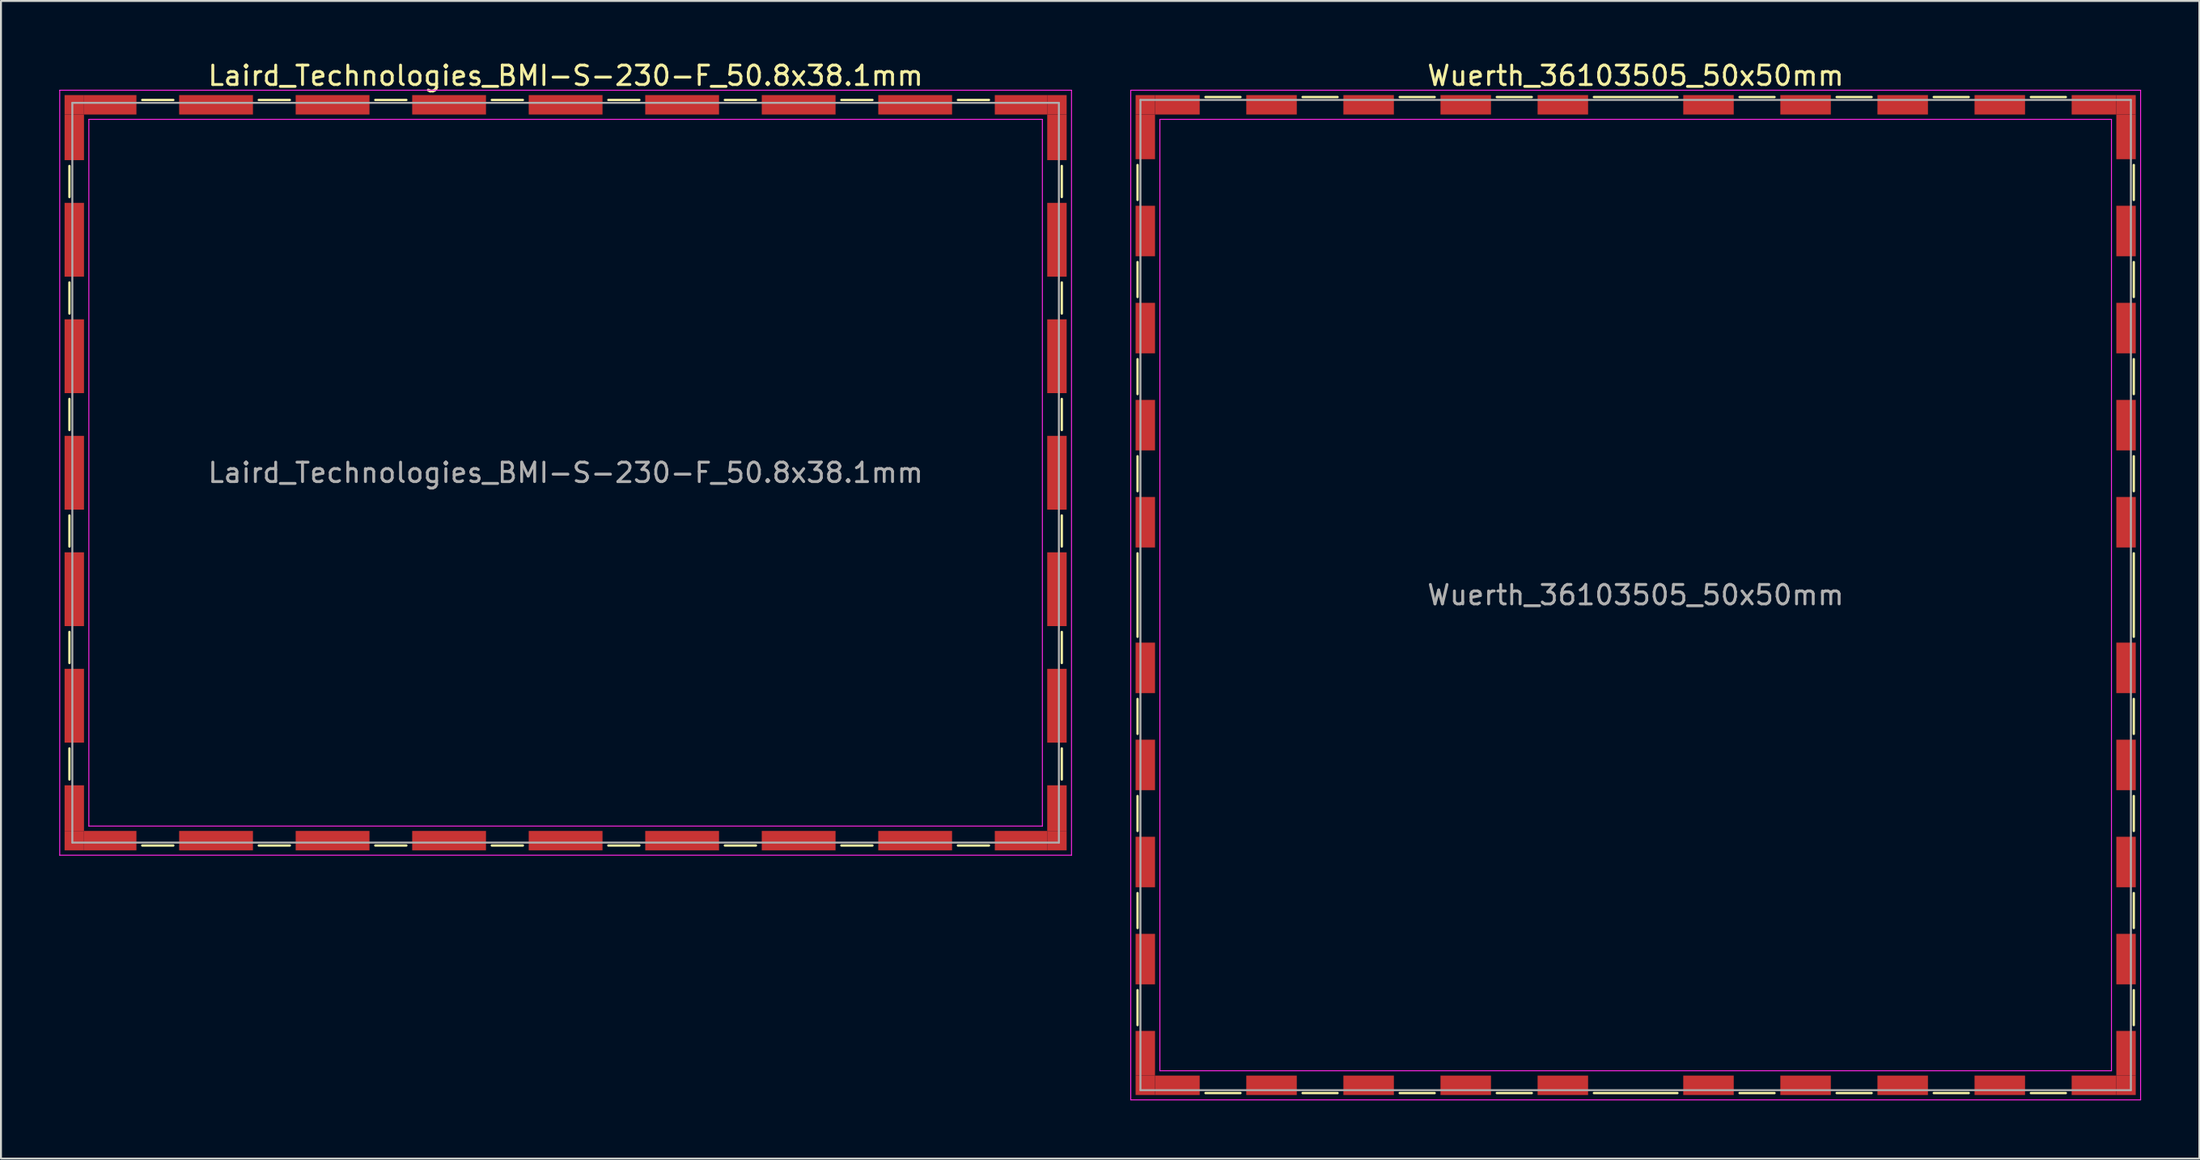
<source format=kicad_pcb>
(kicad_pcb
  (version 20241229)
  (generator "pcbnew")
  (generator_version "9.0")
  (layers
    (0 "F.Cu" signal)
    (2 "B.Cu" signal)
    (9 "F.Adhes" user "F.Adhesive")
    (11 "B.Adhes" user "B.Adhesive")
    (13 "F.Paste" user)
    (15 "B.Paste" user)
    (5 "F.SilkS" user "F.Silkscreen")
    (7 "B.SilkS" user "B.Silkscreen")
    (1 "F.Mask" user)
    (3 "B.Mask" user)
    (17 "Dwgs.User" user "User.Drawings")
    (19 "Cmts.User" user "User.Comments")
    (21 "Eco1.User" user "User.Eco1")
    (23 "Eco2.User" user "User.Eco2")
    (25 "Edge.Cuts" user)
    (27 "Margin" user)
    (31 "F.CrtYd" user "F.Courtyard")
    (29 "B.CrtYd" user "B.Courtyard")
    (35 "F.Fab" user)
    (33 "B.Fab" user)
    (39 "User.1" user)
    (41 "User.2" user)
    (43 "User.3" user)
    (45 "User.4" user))
  (footprint "Laird_Technologies_BMI-S-230-F_50.8x38.1mm"
    (layer "F.Cu")
    (at 26.075 21.298)
    (property "Reference" "Laird_Technologies_BMI-S-230-F_50.8x38.1mm" (at 0 -20.45 0) (layer "F.SilkS") (effects (font (size 1 1) (thickness 0.15))))
    (attr smd)
    (fp_line (start -25.55 -15.8) (end -25.55 -14.2) (stroke (width 0.12) (type solid)) (layer "F.SilkS"))
    (fp_line (start -25.55 -9.8) (end -25.55 -8.2) (stroke (width 0.12) (type solid)) (layer "F.SilkS"))
    (fp_line (start -25.55 -3.8) (end -25.55 -2.2) (stroke (width 0.12) (type solid)) (layer "F.SilkS"))
    (fp_line (start -25.55 2.2) (end -25.55 3.8) (stroke (width 0.12) (type solid)) (layer "F.SilkS"))
    (fp_line (start -25.55 8.2) (end -25.55 9.8) (stroke (width 0.12) (type solid)) (layer "F.SilkS"))
    (fp_line (start -25.55 14.2) (end -25.55 15.8) (stroke (width 0.12) (type solid)) (layer "F.SilkS"))
    (fp_line (start -21.8 -19.2) (end -20.2 -19.2) (stroke (width 0.12) (type solid)) (layer "F.SilkS"))
    (fp_line (start -21.8 19.2) (end -20.2 19.2) (stroke (width 0.12) (type solid)) (layer "F.SilkS"))
    (fp_line (start -15.8 -19.2) (end -14.2 -19.2) (stroke (width 0.12) (type solid)) (layer "F.SilkS"))
    (fp_line (start -15.8 19.2) (end -14.2 19.2) (stroke (width 0.12) (type solid)) (layer "F.SilkS"))
    (fp_line (start -9.8 -19.2) (end -8.2 -19.2) (stroke (width 0.12) (type solid)) (layer "F.SilkS"))
    (fp_line (start -9.8 19.2) (end -8.2 19.2) (stroke (width 0.12) (type solid)) (layer "F.SilkS"))
    (fp_line (start -3.8 -19.2) (end -2.2 -19.2) (stroke (width 0.12) (type solid)) (layer "F.SilkS"))
    (fp_line (start -3.8 19.2) (end -2.2 19.2) (stroke (width 0.12) (type solid)) (layer "F.SilkS"))
    (fp_line (start 2.2 -19.2) (end 3.8 -19.2) (stroke (width 0.12) (type solid)) (layer "F.SilkS"))
    (fp_line (start 2.2 19.2) (end 3.8 19.2) (stroke (width 0.12) (type solid)) (layer "F.SilkS"))
    (fp_line (start 8.2 -19.2) (end 9.8 -19.2) (stroke (width 0.12) (type solid)) (layer "F.SilkS"))
    (fp_line (start 8.2 19.2) (end 9.8 19.2) (stroke (width 0.12) (type solid)) (layer "F.SilkS"))
    (fp_line (start 14.2 -19.2) (end 15.8 -19.2) (stroke (width 0.12) (type solid)) (layer "F.SilkS"))
    (fp_line (start 14.2 19.2) (end 15.8 19.2) (stroke (width 0.12) (type solid)) (layer "F.SilkS"))
    (fp_line (start 20.2 -19.2) (end 21.8 -19.2) (stroke (width 0.12) (type solid)) (layer "F.SilkS"))
    (fp_line (start 20.2 19.2) (end 21.8 19.2) (stroke (width 0.12) (type solid)) (layer "F.SilkS"))
    (fp_line (start 25.55 -15.8) (end 25.55 -14.2) (stroke (width 0.12) (type solid)) (layer "F.SilkS"))
    (fp_line (start 25.55 -9.8) (end 25.55 -8.2) (stroke (width 0.12) (type solid)) (layer "F.SilkS"))
    (fp_line (start 25.55 -3.8) (end 25.55 -2.2) (stroke (width 0.12) (type solid)) (layer "F.SilkS"))
    (fp_line (start 25.55 2.2) (end 25.55 3.8) (stroke (width 0.12) (type solid)) (layer "F.SilkS"))
    (fp_line (start 25.55 8.2) (end 25.55 9.8) (stroke (width 0.12) (type solid)) (layer "F.SilkS"))
    (fp_line (start 25.55 14.2) (end 25.55 15.8) (stroke (width 0.12) (type solid)) (layer "F.SilkS"))
    (fp_line (start -26.05 -19.7) (end -26.05 19.7) (stroke (width 0.05) (type solid)) (layer "F.CrtYd"))
    (fp_line (start -26.05 19.7) (end 26.05 19.7) (stroke (width 0.05) (type solid)) (layer "F.CrtYd"))
    (fp_line (start -24.55 -18.2) (end -24.55 18.2) (stroke (width 0.05) (type solid)) (layer "F.CrtYd"))
    (fp_line (start -24.55 18.2) (end 24.55 18.2) (stroke (width 0.05) (type solid)) (layer "F.CrtYd"))
    (fp_line (start 24.55 -18.2) (end -24.55 -18.2) (stroke (width 0.05) (type solid)) (layer "F.CrtYd"))
    (fp_line (start 24.55 18.2) (end 24.55 -18.2) (stroke (width 0.05) (type solid)) (layer "F.CrtYd"))
    (fp_line (start 26.05 -19.7) (end -26.05 -19.7) (stroke (width 0.05) (type solid)) (layer "F.CrtYd"))
    (fp_line (start 26.05 19.7) (end 26.05 -19.7) (stroke (width 0.05) (type solid)) (layer "F.CrtYd"))
    (fp_line (start -25.4 -19.05) (end -25.4 19.05) (stroke (width 0.1) (type solid)) (layer "F.Fab"))
    (fp_line (start -25.4 19.05) (end 25.4 19.05) (stroke (width 0.1) (type solid)) (layer "F.Fab"))
    (fp_line (start 25.4 -19.05) (end -25.4 -19.05) (stroke (width 0.1) (type solid)) (layer "F.Fab"))
    (fp_line (start 25.4 19.05) (end 25.4 -19.05) (stroke (width 0.1) (type solid)) (layer "F.Fab"))
    (fp_text user "${REFERENCE}" (at 0 0 0) (layer "F.Fab") (effects (font (size 1 1) (thickness 0.15))))
    (pad "1" smd rect (at -25.3 -18.95) (size 1 1) (layers "F.Cu" "F.Mask" "F.Paste"))
    (pad "1" smd rect (at -25.3 -17.275) (size 1 2.35) (layers "F.Cu" "F.Mask" "F.Paste"))
    (pad "1" smd rect (at -25.3 -12) (size 1 3.8) (layers "F.Cu" "F.Mask" "F.Paste"))
    (pad "1" smd rect (at -25.3 -6) (size 1 3.8) (layers "F.Cu" "F.Mask" "F.Paste"))
    (pad "1" smd rect (at -25.3 0) (size 1 3.8) (layers "F.Cu" "F.Mask" "F.Paste"))
    (pad "1" smd rect (at -25.3 6) (size 1 3.8) (layers "F.Cu" "F.Mask" "F.Paste"))
    (pad "1" smd rect (at -25.3 12) (size 1 3.8) (layers "F.Cu" "F.Mask" "F.Paste"))
    (pad "1" smd rect (at -25.3 17.275) (size 1 2.35) (layers "F.Cu" "F.Mask" "F.Paste"))
    (pad "1" smd rect (at -25.3 18.95) (size 1 1) (layers "F.Cu" "F.Mask" "F.Paste"))
    (pad "1" smd rect (at -23.45 -18.95) (size 2.7 1) (layers "F.Cu" "F.Mask" "F.Paste"))
    (pad "1" smd rect (at -23.45 18.95) (size 2.7 1) (layers "F.Cu" "F.Mask" "F.Paste"))
    (pad "1" smd rect (at -18 -18.95) (size 3.8 1) (layers "F.Cu" "F.Mask" "F.Paste"))
    (pad "1" smd rect (at -18 18.95) (size 3.8 1) (layers "F.Cu" "F.Mask" "F.Paste"))
    (pad "1" smd rect (at -12 -18.95) (size 3.8 1) (layers "F.Cu" "F.Mask" "F.Paste"))
    (pad "1" smd rect (at -12 18.95) (size 3.8 1) (layers "F.Cu" "F.Mask" "F.Paste"))
    (pad "1" smd rect (at -6 -18.95) (size 3.8 1) (layers "F.Cu" "F.Mask" "F.Paste"))
    (pad "1" smd rect (at -6 18.95) (size 3.8 1) (layers "F.Cu" "F.Mask" "F.Paste"))
    (pad "1" smd rect (at 0 -18.95) (size 3.8 1) (layers "F.Cu" "F.Mask" "F.Paste"))
    (pad "1" smd rect (at 0 18.95) (size 3.8 1) (layers "F.Cu" "F.Mask" "F.Paste"))
    (pad "1" smd rect (at 6 -18.95) (size 3.8 1) (layers "F.Cu" "F.Mask" "F.Paste"))
    (pad "1" smd rect (at 6 18.95) (size 3.8 1) (layers "F.Cu" "F.Mask" "F.Paste"))
    (pad "1" smd rect (at 12 -18.95) (size 3.8 1) (layers "F.Cu" "F.Mask" "F.Paste"))
    (pad "1" smd rect (at 12 18.95) (size 3.8 1) (layers "F.Cu" "F.Mask" "F.Paste"))
    (pad "1" smd rect (at 18 -18.95) (size 3.8 1) (layers "F.Cu" "F.Mask" "F.Paste"))
    (pad "1" smd rect (at 18 18.95) (size 3.8 1) (layers "F.Cu" "F.Mask" "F.Paste"))
    (pad "1" smd rect (at 23.45 -18.95) (size 2.7 1) (layers "F.Cu" "F.Mask" "F.Paste"))
    (pad "1" smd rect (at 23.45 18.95) (size 2.7 1) (layers "F.Cu" "F.Mask" "F.Paste"))
    (pad "1" smd rect (at 25.3 -18.95) (size 1 1) (layers "F.Cu" "F.Mask" "F.Paste"))
    (pad "1" smd rect (at 25.3 -17.275) (size 1 2.35) (layers "F.Cu" "F.Mask" "F.Paste"))
    (pad "1" smd rect (at 25.3 -12) (size 1 3.8) (layers "F.Cu" "F.Mask" "F.Paste"))
    (pad "1" smd rect (at 25.3 -6) (size 1 3.8) (layers "F.Cu" "F.Mask" "F.Paste"))
    (pad "1" smd rect (at 25.3 0) (size 1 3.8) (layers "F.Cu" "F.Mask" "F.Paste"))
    (pad "1" smd rect (at 25.3 6) (size 1 3.8) (layers "F.Cu" "F.Mask" "F.Paste"))
    (pad "1" smd rect (at 25.3 12) (size 1 3.8) (layers "F.Cu" "F.Mask" "F.Paste"))
    (pad "1" smd rect (at 25.3 17.275) (size 1 2.35) (layers "F.Cu" "F.Mask" "F.Paste"))
    (pad "1" smd rect (at 25.3 18.95) (size 1 1) (layers "F.Cu" "F.Mask" "F.Paste")))
  (footprint "Wuerth_36103505_50x50mm"
    (layer "F.Cu")
    (at 81.175 27.598)
    (property "Reference" "Wuerth_36103505_50x50mm" (at 0 -26.75 0) (layer "F.SilkS") (effects (font (size 1 1) (thickness 0.15))))
    (attr smd)
    (fp_line (start -25.65 -22.15) (end -25.65 -20.35) (stroke (width 0.12) (type solid)) (layer "F.SilkS"))
    (fp_line (start -25.65 -17.15) (end -25.65 -15.35) (stroke (width 0.12) (type solid)) (layer "F.SilkS"))
    (fp_line (start -25.65 -12.15) (end -25.65 -10.35) (stroke (width 0.12) (type solid)) (layer "F.SilkS"))
    (fp_line (start -25.65 -7.15) (end -25.65 -5.35) (stroke (width 0.12) (type solid)) (layer "F.SilkS"))
    (fp_line (start -25.65 -2.15) (end -25.65 2.15) (stroke (width 0.12) (type solid)) (layer "F.SilkS"))
    (fp_line (start -25.65 5.35) (end -25.65 7.15) (stroke (width 0.12) (type solid)) (layer "F.SilkS"))
    (fp_line (start -25.65 10.35) (end -25.65 12.15) (stroke (width 0.12) (type solid)) (layer "F.SilkS"))
    (fp_line (start -25.65 15.35) (end -25.65 17.15) (stroke (width 0.12) (type solid)) (layer "F.SilkS"))
    (fp_line (start -25.65 20.35) (end -25.65 22.15) (stroke (width 0.12) (type solid)) (layer "F.SilkS"))
    (fp_line (start -22.15 -25.65) (end -20.35 -25.65) (stroke (width 0.12) (type solid)) (layer "F.SilkS"))
    (fp_line (start -22.15 25.65) (end -20.35 25.65) (stroke (width 0.12) (type solid)) (layer "F.SilkS"))
    (fp_line (start -17.15 -25.65) (end -15.35 -25.65) (stroke (width 0.12) (type solid)) (layer "F.SilkS"))
    (fp_line (start -17.15 25.65) (end -15.35 25.65) (stroke (width 0.12) (type solid)) (layer "F.SilkS"))
    (fp_line (start -12.15 -25.65) (end -10.35 -25.65) (stroke (width 0.12) (type solid)) (layer "F.SilkS"))
    (fp_line (start -12.15 25.65) (end -10.35 25.65) (stroke (width 0.12) (type solid)) (layer "F.SilkS"))
    (fp_line (start -7.15 -25.65) (end -5.35 -25.65) (stroke (width 0.12) (type solid)) (layer "F.SilkS"))
    (fp_line (start -7.15 25.65) (end -5.35 25.65) (stroke (width 0.12) (type solid)) (layer "F.SilkS"))
    (fp_line (start -2.15 -25.65) (end 2.15 -25.65) (stroke (width 0.12) (type solid)) (layer "F.SilkS"))
    (fp_line (start -2.15 25.65) (end 2.15 25.65) (stroke (width 0.12) (type solid)) (layer "F.SilkS"))
    (fp_line (start 5.35 -25.65) (end 7.15 -25.65) (stroke (width 0.12) (type solid)) (layer "F.SilkS"))
    (fp_line (start 5.35 25.65) (end 7.15 25.65) (stroke (width 0.12) (type solid)) (layer "F.SilkS"))
    (fp_line (start 10.35 -25.65) (end 12.15 -25.65) (stroke (width 0.12) (type solid)) (layer "F.SilkS"))
    (fp_line (start 10.35 25.65) (end 12.15 25.65) (stroke (width 0.12) (type solid)) (layer "F.SilkS"))
    (fp_line (start 15.35 -25.65) (end 17.15 -25.65) (stroke (width 0.12) (type solid)) (layer "F.SilkS"))
    (fp_line (start 15.35 25.65) (end 17.15 25.65) (stroke (width 0.12) (type solid)) (layer "F.SilkS"))
    (fp_line (start 20.35 -25.65) (end 22.15 -25.65) (stroke (width 0.12) (type solid)) (layer "F.SilkS"))
    (fp_line (start 20.35 25.65) (end 22.15 25.65) (stroke (width 0.12) (type solid)) (layer "F.SilkS"))
    (fp_line (start 25.65 -22.15) (end 25.65 -20.35) (stroke (width 0.12) (type solid)) (layer "F.SilkS"))
    (fp_line (start 25.65 -17.15) (end 25.65 -15.35) (stroke (width 0.12) (type solid)) (layer "F.SilkS"))
    (fp_line (start 25.65 -12.15) (end 25.65 -10.35) (stroke (width 0.12) (type solid)) (layer "F.SilkS"))
    (fp_line (start 25.65 -7.15) (end 25.65 -5.35) (stroke (width 0.12) (type solid)) (layer "F.SilkS"))
    (fp_line (start 25.65 -2.15) (end 25.65 2.15) (stroke (width 0.12) (type solid)) (layer "F.SilkS"))
    (fp_line (start 25.65 5.35) (end 25.65 7.15) (stroke (width 0.12) (type solid)) (layer "F.SilkS"))
    (fp_line (start 25.65 10.35) (end 25.65 12.15) (stroke (width 0.12) (type solid)) (layer "F.SilkS"))
    (fp_line (start 25.65 15.35) (end 25.65 17.15) (stroke (width 0.12) (type solid)) (layer "F.SilkS"))
    (fp_line (start 25.65 20.35) (end 25.65 22.15) (stroke (width 0.12) (type solid)) (layer "F.SilkS"))
    (fp_line (start -26 -26) (end -26 26) (stroke (width 0.05) (type solid)) (layer "F.CrtYd"))
    (fp_line (start -26 26) (end 26 26) (stroke (width 0.05) (type solid)) (layer "F.CrtYd"))
    (fp_line (start -24.5 -24.5) (end -24.5 24.5) (stroke (width 0.05) (type solid)) (layer "F.CrtYd"))
    (fp_line (start -24.5 24.5) (end 24.5 24.5) (stroke (width 0.05) (type solid)) (layer "F.CrtYd"))
    (fp_line (start 24.5 -24.5) (end -24.5 -24.5) (stroke (width 0.05) (type solid)) (layer "F.CrtYd"))
    (fp_line (start 24.5 24.5) (end 24.5 -24.5) (stroke (width 0.05) (type solid)) (layer "F.CrtYd"))
    (fp_line (start 26 -26) (end -26 -26) (stroke (width 0.05) (type solid)) (layer "F.CrtYd"))
    (fp_line (start 26 26) (end 26 -26) (stroke (width 0.05) (type solid)) (layer "F.CrtYd"))
    (fp_line (start -25.5 -25.5) (end -25.5 25.5) (stroke (width 0.1) (type solid)) (layer "F.Fab"))
    (fp_line (start -25.5 25.5) (end 25.5 25.5) (stroke (width 0.1) (type solid)) (layer "F.Fab"))
    (fp_line (start 25.5 -25.5) (end -25.5 -25.5) (stroke (width 0.1) (type solid)) (layer "F.Fab"))
    (fp_line (start 25.5 25.5) (end 25.5 -25.5) (stroke (width 0.1) (type solid)) (layer "F.Fab"))
    (fp_text user "${REFERENCE}" (at 0 0 0) (layer "F.Fab") (effects (font (size 1 1) (thickness 0.15))))
    (pad "1" smd rect (at -25.25 -25.25) (size 1 1) (layers "F.Cu" "F.Mask" "F.Paste"))
    (pad "1" smd rect (at -25.25 -23.6) (size 1 2.3) (layers "F.Cu" "F.Mask" "F.Paste"))
    (pad "1" smd rect (at -25.25 -18.75) (size 1 2.6) (layers "F.Cu" "F.Mask" "F.Paste"))
    (pad "1" smd rect (at -25.25 -13.75) (size 1 2.6) (layers "F.Cu" "F.Mask" "F.Paste"))
    (pad "1" smd rect (at -25.25 -8.75) (size 1 2.6) (layers "F.Cu" "F.Mask" "F.Paste"))
    (pad "1" smd rect (at -25.25 -3.75) (size 1 2.6) (layers "F.Cu" "F.Mask" "F.Paste"))
    (pad "1" smd rect (at -25.25 3.75) (size 1 2.6) (layers "F.Cu" "F.Mask" "F.Paste"))
    (pad "1" smd rect (at -25.25 8.75) (size 1 2.6) (layers "F.Cu" "F.Mask" "F.Paste"))
    (pad "1" smd rect (at -25.25 13.75) (size 1 2.6) (layers "F.Cu" "F.Mask" "F.Paste"))
    (pad "1" smd rect (at -25.25 18.75) (size 1 2.6) (layers "F.Cu" "F.Mask" "F.Paste"))
    (pad "1" smd rect (at -25.25 23.6) (size 1 2.3) (layers "F.Cu" "F.Mask" "F.Paste"))
    (pad "1" smd rect (at -25.25 25.25) (size 1 1) (layers "F.Cu" "F.Mask" "F.Paste"))
    (pad "1" smd rect (at -23.6 -25.25) (size 2.3 1) (layers "F.Cu" "F.Mask" "F.Paste"))
    (pad "1" smd rect (at -23.6 25.25) (size 2.3 1) (layers "F.Cu" "F.Mask" "F.Paste"))
    (pad "1" smd rect (at -18.75 -25.25) (size 2.6 1) (layers "F.Cu" "F.Mask" "F.Paste"))
    (pad "1" smd rect (at -18.75 25.25) (size 2.6 1) (layers "F.Cu" "F.Mask" "F.Paste"))
    (pad "1" smd rect (at -13.75 -25.25) (size 2.6 1) (layers "F.Cu" "F.Mask" "F.Paste"))
    (pad "1" smd rect (at -13.75 25.25) (size 2.6 1) (layers "F.Cu" "F.Mask" "F.Paste"))
    (pad "1" smd rect (at -8.75 -25.25) (size 2.6 1) (layers "F.Cu" "F.Mask" "F.Paste"))
    (pad "1" smd rect (at -8.75 25.25) (size 2.6 1) (layers "F.Cu" "F.Mask" "F.Paste"))
    (pad "1" smd rect (at -3.75 -25.25) (size 2.6 1) (layers "F.Cu" "F.Mask" "F.Paste"))
    (pad "1" smd rect (at -3.75 25.25) (size 2.6 1) (layers "F.Cu" "F.Mask" "F.Paste"))
    (pad "1" smd rect (at 3.75 -25.25) (size 2.6 1) (layers "F.Cu" "F.Mask" "F.Paste"))
    (pad "1" smd rect (at 3.75 25.25) (size 2.6 1) (layers "F.Cu" "F.Mask" "F.Paste"))
    (pad "1" smd rect (at 8.75 -25.25) (size 2.6 1) (layers "F.Cu" "F.Mask" "F.Paste"))
    (pad "1" smd rect (at 8.75 25.25) (size 2.6 1) (layers "F.Cu" "F.Mask" "F.Paste"))
    (pad "1" smd rect (at 13.75 -25.25) (size 2.6 1) (layers "F.Cu" "F.Mask" "F.Paste"))
    (pad "1" smd rect (at 13.75 25.25) (size 2.6 1) (layers "F.Cu" "F.Mask" "F.Paste"))
    (pad "1" smd rect (at 18.75 -25.25) (size 2.6 1) (layers "F.Cu" "F.Mask" "F.Paste"))
    (pad "1" smd rect (at 18.75 25.25) (size 2.6 1) (layers "F.Cu" "F.Mask" "F.Paste"))
    (pad "1" smd rect (at 23.6 -25.25) (size 2.3 1) (layers "F.Cu" "F.Mask" "F.Paste"))
    (pad "1" smd rect (at 23.6 25.25) (size 2.3 1) (layers "F.Cu" "F.Mask" "F.Paste"))
    (pad "1" smd rect (at 25.25 -25.25) (size 1 1) (layers "F.Cu" "F.Mask" "F.Paste"))
    (pad "1" smd rect (at 25.25 -23.6) (size 1 2.3) (layers "F.Cu" "F.Mask" "F.Paste"))
    (pad "1" smd rect (at 25.25 -18.75) (size 1 2.6) (layers "F.Cu" "F.Mask" "F.Paste"))
    (pad "1" smd rect (at 25.25 -13.75) (size 1 2.6) (layers "F.Cu" "F.Mask" "F.Paste"))
    (pad "1" smd rect (at 25.25 -8.75) (size 1 2.6) (layers "F.Cu" "F.Mask" "F.Paste"))
    (pad "1" smd rect (at 25.25 -3.75) (size 1 2.6) (layers "F.Cu" "F.Mask" "F.Paste"))
    (pad "1" smd rect (at 25.25 3.75) (size 1 2.6) (layers "F.Cu" "F.Mask" "F.Paste"))
    (pad "1" smd rect (at 25.25 8.75) (size 1 2.6) (layers "F.Cu" "F.Mask" "F.Paste"))
    (pad "1" smd rect (at 25.25 13.75) (size 1 2.6) (layers "F.Cu" "F.Mask" "F.Paste"))
    (pad "1" smd rect (at 25.25 18.75) (size 1 2.6) (layers "F.Cu" "F.Mask" "F.Paste"))
    (pad "1" smd rect (at 25.25 23.6) (size 1 2.3) (layers "F.Cu" "F.Mask" "F.Paste"))
    (pad "1" smd rect (at 25.25 25.25) (size 1 1) (layers "F.Cu" "F.Mask" "F.Paste")))
  (gr_rect
    (start -3 -3)
    (end 110.2 56.623)
    (stroke (width 0.1) (type default))
    (fill no)
    (layer "Edge.Cuts")))
</source>
